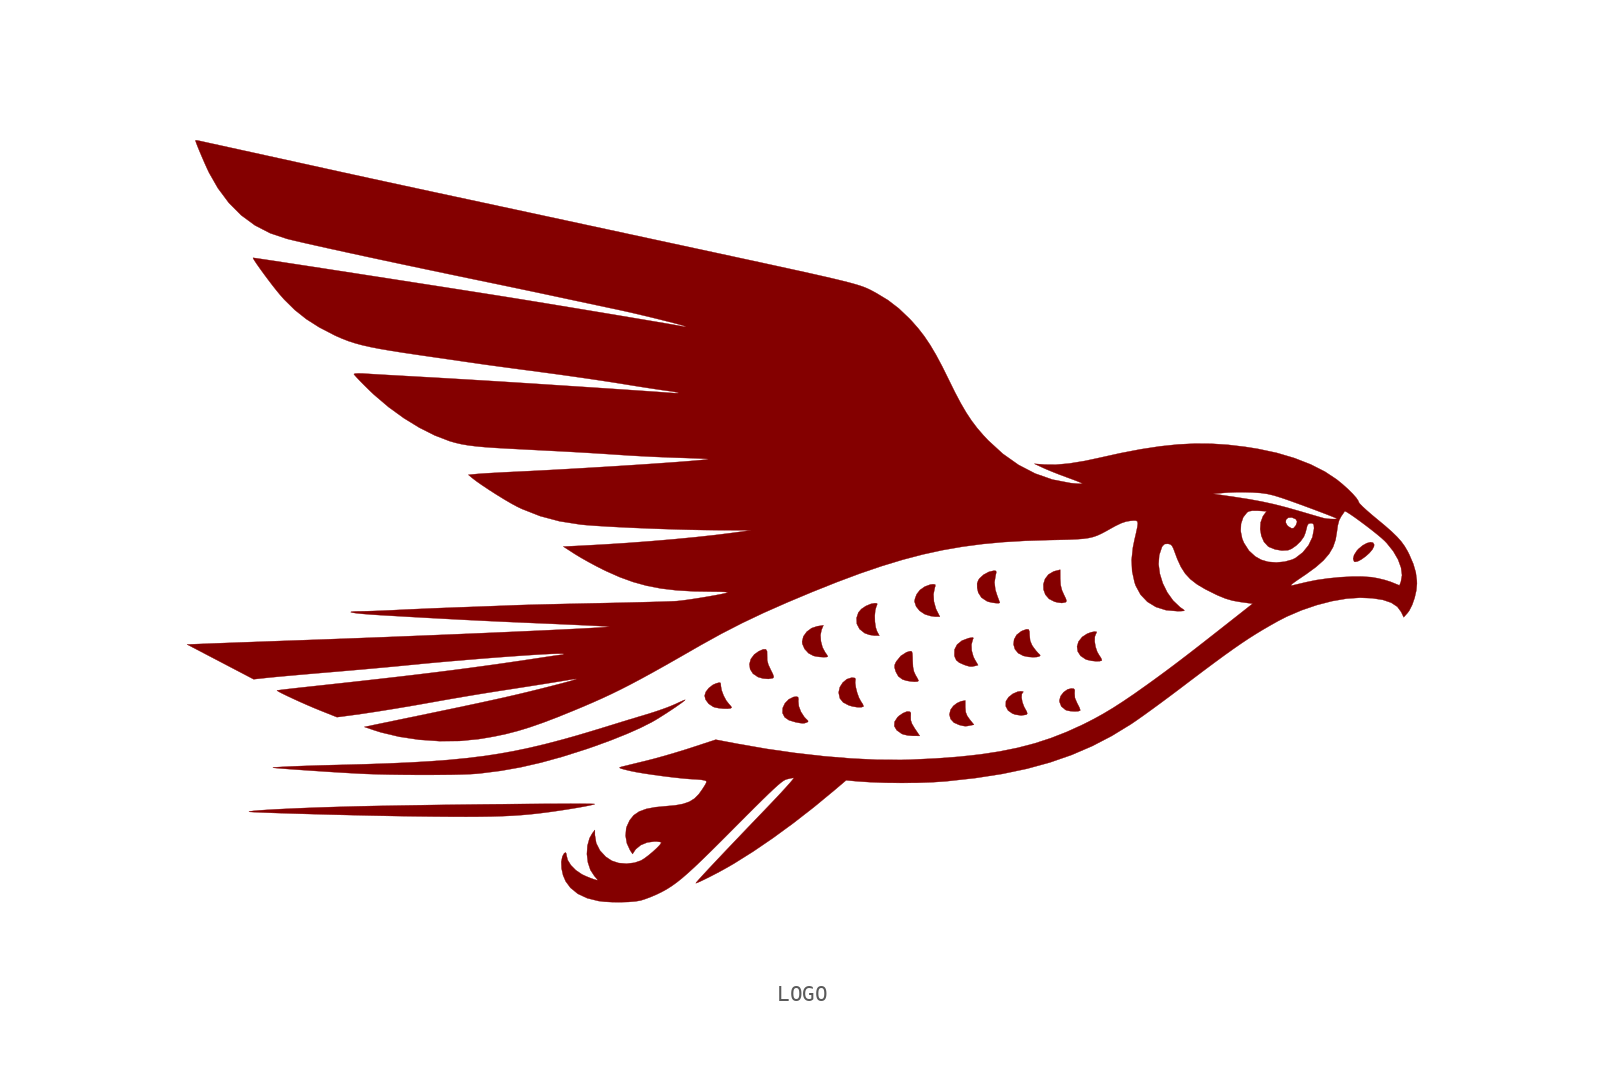
<source format=kicad_sym>
(kicad_symbol_lib
  (version 20220914)
  (generator "bitmap2component")
  (generator_version "8.0")
  (symbol "LOGO"
    (pin_names
      (offset 1.016))
    (property "Reference" "#G"
      (at 0 42.714 0)
      (effects (font (size 1.27 1.27)) hide))
    (symbol "LOGO_0_0"
      (polyline (pts (xy -10.09 -22.407) (xy -9.653 -22.371) (xy -9.333 -22.316) (xy -9.069 -22.233) (xy -8.694 -22.093) (xy -8.335 -21.939) (xy -8.247 -21.897) (xy -7.949 -21.748) (xy -7.664 -21.588) (xy -7.378 -21.405) (xy -7.078 -21.189) (xy -6.752 -20.929) (xy -6.387 -20.613) (xy -5.969 -20.231) (xy -5.486 -19.771) (xy -4.924 -19.222) (xy -4.271 -18.573) (xy -3.514 -17.813) (xy -3.458 -17.757) (xy -2.777 -17.073) (xy -2.203 -16.5) (xy -1.726 -16.029) (xy -1.335 -15.648) (xy -1.019 -15.349) (xy -0.769 -15.122) (xy -0.574 -14.958) (xy -0.422 -14.845) (xy -0.305 -14.776) (xy -0.212 -14.74) (xy -0.142 -14.722) (xy 0.09 -14.669) (xy 0.24 -14.648) (xy 0.242 -14.658) (xy 0.17 -14.76) (xy -0.002 -14.964) (xy -0.26 -15.253) (xy -0.591 -15.614) (xy -0.982 -16.03) (xy -1.419 -16.489) (xy -1.847 -16.934) (xy -2.646 -17.767) (xy -3.369 -18.524) (xy -4.013 -19.2) (xy -4.571 -19.79) (xy -5.038 -20.287) (xy -5.409 -20.686) (xy -5.677 -20.98) (xy -5.838 -21.165) (xy -5.887 -21.235) (xy -5.806 -21.213) (xy -5.604 -21.125) (xy -5.314 -20.986) (xy -4.963 -20.811) (xy -4.583 -20.614) (xy -4.203 -20.41) (xy -3.852 -20.214) (xy -3.462 -19.986) (xy -2.299 -19.256) (xy -1.066 -18.416) (xy 0.21 -17.483) (xy 1.505 -16.476) (xy 2.794 -15.412) (xy 3.514 -14.8) (xy 4.064 -14.852) (xy 4.196 -14.864) (xy 5.045 -14.92) (xy 5.997 -14.954) (xy 6.995 -14.965) (xy 7.987 -14.955) (xy 8.919 -14.922) (xy 9.737 -14.866) (xy 9.784 -14.862) (xy 11.598 -14.662) (xy 13.27 -14.403) (xy 14.818 -14.079) (xy 16.259 -13.685) (xy 17.612 -13.215) (xy 18.895 -12.664) (xy 20.125 -12.025) (xy 21.32 -11.294) (xy 21.351 -11.274) (xy 21.693 -11.04) (xy 22.139 -10.725) (xy 22.659 -10.35) (xy 23.225 -9.935) (xy 23.809 -9.501) (xy 24.384 -9.069) (xy 24.999 -8.602) (xy 25.819 -7.984) (xy 26.534 -7.451) (xy 27.161 -6.991) (xy 27.718 -6.593) (xy 28.221 -6.245) (xy 28.686 -5.935) (xy 29.133 -5.652) (xy 29.576 -5.383) (xy 30.034 -5.118) (xy 30.522 -4.844) (xy 31.063 -4.566) (xy 31.98 -4.173) (xy 32.937 -3.846) (xy 33.892 -3.599) (xy 34.806 -3.442) (xy 35.636 -3.387) (xy 36.402 -3.418) (xy 37.071 -3.521) (xy 37.593 -3.698) (xy 37.974 -3.95) (xy 38.215 -4.277) (xy 38.373 -4.609) (xy 38.613 -4.34) (xy 38.72 -4.196) (xy 38.903 -3.834) (xy 39.056 -3.394) (xy 39.161 -2.933) (xy 39.199 -2.51) (xy 39.193 -2.312) (xy 39.127 -1.8) (xy 38.975 -1.277) (xy 38.722 -0.687) (xy 38.615 -0.475) (xy 38.434 -0.167) (xy 38.223 0.125) (xy 37.959 0.422) (xy 37.621 0.75) (xy 37.188 1.13) (xy 36.639 1.585) (xy 36.387 1.795) (xy 36.058 2.08) (xy 35.796 2.321) (xy 35.623 2.499) (xy 35.56 2.592) (xy 35.54 2.662) (xy 35.412 2.854) (xy 35.187 3.111) (xy 34.889 3.406) (xy 34.543 3.717) (xy 34.173 4.017) (xy 33.451 4.495) (xy 32.556 4.949) (xy 31.543 5.344) (xy 30.436 5.671) (xy 29.26 5.921) (xy 28.452 6.049) (xy 27.386 6.175) (xy 26.346 6.242) (xy 25.308 6.25) (xy 24.244 6.196) (xy 23.129 6.079) (xy 21.937 5.897) (xy 20.643 5.649) (xy 19.219 5.334) (xy 18.428 5.165) (xy 17.467 5.008) (xy 16.625 4.933) (xy 15.917 4.94) (xy 15.282 4.988) (xy 15.833 4.731) (xy 16.033 4.642) (xy 16.423 4.48) (xy 16.868 4.305) (xy 17.307 4.142) (xy 17.651 4.016) (xy 17.965 3.896) (xy 18.186 3.806) (xy 18.281 3.758) (xy 18.282 3.753) (xy 18.198 3.74) (xy 17.99 3.745) (xy 17.695 3.768) (xy 17.541 3.784) (xy 16.415 4) (xy 15.332 4.379) (xy 14.295 4.917) (xy 13.31 5.613) (xy 12.383 6.463) (xy 12.088 6.778) (xy 11.705 7.223) (xy 11.355 7.686) (xy 11.019 8.194) (xy 10.68 8.776) (xy 10.318 9.46) (xy 9.916 10.275) (xy 9.526 11.064) (xy 9.137 11.794) (xy 8.768 12.418) (xy 8.402 12.961) (xy 8.021 13.454) (xy 7.608 13.923) (xy 7.465 14.073) (xy 6.804 14.702) (xy 6.133 15.217) (xy 5.404 15.658) (xy 5.324 15.701) (xy 5.181 15.779) (xy 5.046 15.85) (xy 4.91 15.916) (xy 4.765 15.981) (xy 4.602 16.046) (xy 4.412 16.113) (xy 4.187 16.184) (xy 3.918 16.261) (xy 3.596 16.347) (xy 3.213 16.443) (xy 2.76 16.552) (xy 2.228 16.676) (xy 1.608 16.817) (xy 0.893 16.977) (xy 0.072 17.157) (xy -0.861 17.361) (xy -1.917 17.591) (xy -3.104 17.847) (xy -4.43 18.134) (xy -5.904 18.451) (xy -7.535 18.803) (xy -8.379 18.985) (xy -9.979 19.33) (xy -11.439 19.645) (xy -12.776 19.933) (xy -14.006 20.198) (xy -15.147 20.444) (xy -16.215 20.674) (xy -17.229 20.892) (xy -18.203 21.101) (xy -19.156 21.306) (xy -20.105 21.51) (xy -21.066 21.716) (xy -22.056 21.929) (xy -22.302 21.982) (xy -23.254 22.187) (xy -24.263 22.405) (xy -25.293 22.628) (xy -26.306 22.848) (xy -27.265 23.057) (xy -28.132 23.247) (xy -28.871 23.41) (xy -29.041 23.447) (xy -29.895 23.635) (xy -30.821 23.839) (xy -31.77 24.048) (xy -32.697 24.251) (xy -33.552 24.439) (xy -34.29 24.601) (xy -34.504 24.648) (xy -35.126 24.784) (xy -35.694 24.909) (xy -36.185 25.016) (xy -36.578 25.103) (xy -36.849 25.163) (xy -36.978 25.191) (xy -37.099 25.211) (xy -37.169 25.201) (xy -37.166 25.184) (xy -37.117 25.039) (xy -37.018 24.786) (xy -36.884 24.462) (xy -36.732 24.104) (xy -36.576 23.747) (xy -36.432 23.428) (xy -36.316 23.184) (xy -35.767 22.223) (xy -35.081 21.302) (xy -34.307 20.525) (xy -33.445 19.892) (xy -32.495 19.402) (xy -31.454 19.054) (xy -31.363 19.031) (xy -30.904 18.92) (xy -30.295 18.779) (xy -29.548 18.611) (xy -28.676 18.417) (xy -27.692 18.202) (xy -26.608 17.967) (xy -25.436 17.715) (xy -24.19 17.45) (xy -22.882 17.174) (xy -21.525 16.889) (xy -20.13 16.598) (xy -18.711 16.304) (xy -18.464 16.253) (xy -17.66 16.085) (xy -16.777 15.9) (xy -15.876 15.711) (xy -15.019 15.529) (xy -14.266 15.368) (xy -13.86 15.281) (xy -13.17 15.134) (xy -12.484 14.988) (xy -11.841 14.851) (xy -11.282 14.732) (xy -10.848 14.641) (xy -10.821 14.635) (xy -10.355 14.534) (xy -9.831 14.415) (xy -9.274 14.284) (xy -8.707 14.149) (xy -8.158 14.014) (xy -7.649 13.886) (xy -7.206 13.772) (xy -6.853 13.677) (xy -6.616 13.607) (xy -6.519 13.569) (xy -6.548 13.551) (xy -6.689 13.575) (xy -6.758 13.589) (xy -6.988 13.631) (xy -7.357 13.695) (xy -7.851 13.78) (xy -8.452 13.882) (xy -9.144 13.999) (xy -9.913 14.128) (xy -10.74 14.267) (xy -11.611 14.412) (xy -12.509 14.562) (xy -13.419 14.713) (xy -14.324 14.862) (xy -15.208 15.008) (xy -16.055 15.147) (xy -16.849 15.276) (xy -17.296 15.348) (xy -17.88 15.442) (xy -18.569 15.551) (xy -19.35 15.674) (xy -20.209 15.809) (xy -21.133 15.954) (xy -22.108 16.106) (xy -23.12 16.263) (xy -24.155 16.424) (xy -25.201 16.587) (xy -26.243 16.748) (xy -27.268 16.907) (xy -28.262 17.06) (xy -29.211 17.207) (xy -30.102 17.344) (xy -30.922 17.469) (xy -31.656 17.581) (xy -32.291 17.678) (xy -32.812 17.756) (xy -33.208 17.815) (xy -33.464 17.852) (xy -33.566 17.865) (xy -33.564 17.84) (xy -33.488 17.707) (xy -33.338 17.481) (xy -33.131 17.187) (xy -32.886 16.849) (xy -32.62 16.493) (xy -32.353 16.142) (xy -32.102 15.824) (xy -31.885 15.561) (xy -31.616 15.256) (xy -30.954 14.603) (xy -30.238 14.034) (xy -29.43 13.519) (xy -28.49 13.031) (xy -28.375 12.977) (xy -27.996 12.81) (xy -27.614 12.662) (xy -27.207 12.53) (xy -26.757 12.407) (xy -26.241 12.289) (xy -25.639 12.172) (xy -24.931 12.051) (xy -24.097 11.92) (xy -23.114 11.775) (xy -22.658 11.709) (xy -21.933 11.604) (xy -21.237 11.504) (xy -20.599 11.411) (xy -20.045 11.331) (xy -19.605 11.268) (xy -19.304 11.224) (xy -19.136 11.2) (xy -18.745 11.146) (xy -18.231 11.076) (xy -17.621 10.994) (xy -16.943 10.903) (xy -16.225 10.808) (xy -15.494 10.711) (xy -15.261 10.68) (xy -14.435 10.568) (xy -13.57 10.447) (xy -12.707 10.323) (xy -11.886 10.202) (xy -11.15 10.09) (xy -10.541 9.993) (xy -10.241 9.944) (xy -9.621 9.844) (xy -9.026 9.751) (xy -8.492 9.669) (xy -8.054 9.604) (xy -7.747 9.561) (xy -7.351 9.506) (xy -7.086 9.458) (xy -6.966 9.423) (xy -6.998 9.404) (xy -7.186 9.405) (xy -7.535 9.428) (xy -7.747 9.444) (xy -8.138 9.473) (xy -8.68 9.51) (xy -9.364 9.557) (xy -10.18 9.612) (xy -11.119 9.675) (xy -12.172 9.745) (xy -13.329 9.821) (xy -14.581 9.902) (xy -15.917 9.99) (xy -16.738 10.042) (xy -18.496 10.153) (xy -20.27 10.26) (xy -22 10.362) (xy -23.622 10.453) (xy -24.211 10.486) (xy -24.845 10.522) (xy -25.433 10.555) (xy -25.942 10.585) (xy -26.344 10.61) (xy -26.607 10.627) (xy -26.686 10.632) (xy -26.98 10.639) (xy -27.185 10.627) (xy -27.263 10.597) (xy -27.234 10.551) (xy -27.102 10.401) (xy -26.883 10.169) (xy -26.596 9.879) (xy -26.261 9.549) (xy -25.997 9.3) (xy -25.098 8.535) (xy -24.144 7.843) (xy -23.168 7.244) (xy -22.202 6.758) (xy -21.278 6.404) (xy -20.919 6.301) (xy -20.542 6.214) (xy -20.123 6.142) (xy -19.638 6.081) (xy -19.06 6.027) (xy -18.365 5.979) (xy -17.526 5.932) (xy -17.098 5.91) (xy -16.367 5.872) (xy -15.584 5.831) (xy -14.819 5.792) (xy -14.139 5.757) (xy -13.664 5.731) (xy -12.906 5.688) (xy -12.101 5.639) (xy -11.317 5.589) (xy -10.626 5.543) (xy -10.043 5.505) (xy -9.274 5.462) (xy -8.46 5.422) (xy -7.667 5.388) (xy -6.963 5.363) (xy -6.691 5.355) (xy -6.176 5.337) (xy -5.737 5.32) (xy -5.396 5.305) (xy -5.177 5.292) (xy -5.103 5.282) (xy -5.107 5.28) (xy -5.226 5.257) (xy -5.499 5.226) (xy -5.909 5.189) (xy -6.442 5.144) (xy -7.085 5.095) (xy -7.821 5.042) (xy -8.637 4.985) (xy -9.518 4.926) (xy -10.449 4.866) (xy -11.416 4.806) (xy -12.404 4.746) (xy -13.398 4.688) (xy -14.383 4.632) (xy -15.346 4.58) (xy -16.272 4.532) (xy -17.145 4.49) (xy -17.303 4.483) (xy -17.885 4.454) (xy -18.436 4.424) (xy -18.921 4.396) (xy -19.306 4.371) (xy -19.557 4.352) (xy -20.106 4.3) (xy -19.853 4.089) (xy -19.62 3.909) (xy -19.248 3.648) (xy -18.802 3.351) (xy -18.424 3.109) (xy 26.458 3.109) (xy 27.204 3.174) (xy 27.413 3.188) (xy 27.889 3.205) (xy 28.411 3.207) (xy 28.898 3.195) (xy 28.925 3.194) (xy 29.427 3.16) (xy 29.843 3.102) (xy 30.253 3.006) (xy 30.734 2.856) (xy 30.91 2.797) (xy 31.288 2.664) (xy 31.728 2.506) (xy 32.201 2.333) (xy 32.68 2.156) (xy 33.137 1.984) (xy 33.545 1.828) (xy 33.876 1.698) (xy 34.103 1.605) (xy 34.198 1.558) (xy 34.163 1.54) (xy 34.013 1.533) (xy 33.799 1.539) (xy 33.576 1.556) (xy 33.401 1.583) (xy 33.357 1.594) (xy 33.156 1.65) (xy 32.842 1.741) (xy 32.447 1.856) (xy 32.004 1.987) (xy 31.911 2.014) (xy 31.04 2.262) (xy 30.257 2.462) (xy 29.5 2.627) (xy 28.706 2.773) (xy 27.813 2.912) (xy 26.458 3.109) (xy -18.424 3.109) (xy -18.321 3.044) (xy -17.845 2.751) (xy -17.411 2.498) (xy -17.06 2.309) (xy -16.757 2.164) (xy -15.616 1.716) (xy -14.399 1.393) (xy -13.081 1.187) (xy -12.734 1.154) (xy -12.165 1.112) (xy -11.473 1.069) (xy -10.685 1.026) (xy -9.826 0.985) (xy -8.923 0.947) (xy -8.002 0.913) (xy -7.088 0.884) (xy -6.209 0.861) (xy -5.39 0.845) (xy -4.657 0.838) (xy -2.413 0.827) (xy -3.598 0.668) (xy -4.655 0.536) (xy -5.904 0.4) (xy -7.259 0.27) (xy -8.686 0.149) (xy -10.153 0.039) (xy -11.627 -0.056) (xy -13.075 -0.135) (xy -14.169 -0.188) (xy -13.456 -0.65) (xy -13.435 -0.663) (xy -13.07 -0.884) (xy -12.612 -1.143) (xy -12.117 -1.409) (xy -11.642 -1.65) (xy -11.499 -1.719) (xy -10.643 -2.099) (xy -9.805 -2.403) (xy -8.955 -2.638) (xy -8.062 -2.81) (xy -7.095 -2.924) (xy -6.025 -2.988) (xy -4.82 -3.007) (xy -4.811 -3.007) (xy -4.43 -3.011) (xy -4.127 -3.021) (xy -3.933 -3.037) (xy -3.878 -3.057) (xy -3.884 -3.061) (xy -4.014 -3.1) (xy -4.274 -3.157) (xy -4.634 -3.226) (xy -5.06 -3.302) (xy -5.521 -3.38) (xy -5.985 -3.453) (xy -6.419 -3.517) (xy -6.791 -3.566) (xy -7.07 -3.595) (xy -7.07 -3.595) (xy -7.274 -3.606) (xy -7.628 -3.62) (xy -8.113 -3.635) (xy -8.708 -3.652) (xy -9.395 -3.67) (xy -10.154 -3.689) (xy -10.966 -3.707) (xy -11.811 -3.725) (xy -12.584 -3.741) (xy -13.44 -3.76) (xy -14.261 -3.778) (xy -15.025 -3.796) (xy -15.709 -3.813) (xy -16.291 -3.828) (xy -16.749 -3.842) (xy -17.06 -3.852) (xy -17.394 -3.865) (xy -17.901 -3.884) (xy -18.508 -3.907) (xy -19.18 -3.932) (xy -19.881 -3.958) (xy -20.574 -3.983) (xy -21.107 -4.003) (xy -21.87 -4.032) (xy -22.64 -4.064) (xy -23.373 -4.096) (xy -24.026 -4.125) (xy -24.553 -4.151) (xy -24.966 -4.172) (xy -25.53 -4.196) (xy -26.06 -4.216) (xy -26.512 -4.23) (xy -26.839 -4.236) (xy -26.933 -4.236) (xy -27.264 -4.245) (xy -27.436 -4.264) (xy -27.458 -4.29) (xy -27.338 -4.322) (xy -27.085 -4.359) (xy -26.708 -4.397) (xy -26.214 -4.437) (xy -25.612 -4.476) (xy -24.847 -4.52) (xy -23.598 -4.592) (xy -22.471 -4.655) (xy -21.435 -4.711) (xy -20.459 -4.763) (xy -19.513 -4.81) (xy -18.566 -4.856) (xy -17.587 -4.901) (xy -16.547 -4.947) (xy -15.414 -4.995) (xy -15.343 -4.998) (xy -14.531 -5.033) (xy -13.773 -5.067) (xy -13.086 -5.098) (xy -12.486 -5.127) (xy -11.99 -5.151) (xy -11.614 -5.171) (xy -11.374 -5.186) (xy -11.287 -5.194) (xy -11.311 -5.202) (xy -11.479 -5.22) (xy -11.801 -5.244) (xy -12.265 -5.272) (xy -12.862 -5.305) (xy -13.582 -5.342) (xy -14.414 -5.383) (xy -15.349 -5.428) (xy -16.375 -5.475) (xy -17.484 -5.524) (xy -18.665 -5.576) (xy -19.908 -5.629) (xy -21.202 -5.683) (xy -22.538 -5.738) (xy -23.906 -5.793) (xy -25.295 -5.848) (xy -26.695 -5.902) (xy -28.096 -5.955) (xy -29.488 -6.006) (xy -30.861 -6.055) (xy -31.151 -6.065) (xy -32.007 -6.096) (xy -32.862 -6.127) (xy -33.688 -6.157) (xy -34.456 -6.184) (xy -35.14 -6.21) (xy -35.709 -6.231) (xy -36.138 -6.247) (xy -37.69 -6.308) (xy -35.61 -7.395) (xy -33.53 -8.483) (xy -32.661 -8.39) (xy -32.454 -8.369) (xy -32.051 -8.33) (xy -31.527 -8.282) (xy -30.908 -8.227) (xy -30.22 -8.167) (xy -29.49 -8.104) (xy -28.744 -8.041) (xy -28.314 -8.005) (xy -27.503 -7.935) (xy -26.685 -7.864) (xy -25.895 -7.793) (xy -25.168 -7.727) (xy -24.54 -7.668) (xy -24.045 -7.62) (xy -23.794 -7.595) (xy -22.929 -7.511) (xy -22.028 -7.428) (xy -21.107 -7.347) (xy -20.182 -7.269) (xy -19.268 -7.194) (xy -18.382 -7.125) (xy -17.539 -7.062) (xy -16.754 -7.007) (xy -16.044 -6.96) (xy -15.424 -6.923) (xy -14.91 -6.897) (xy -14.517 -6.883) (xy -14.261 -6.882) (xy -14.158 -6.895) (xy -14.148 -6.912) (xy -14.202 -6.943) (xy -14.215 -6.943) (xy -14.362 -6.961) (xy -14.635 -6.998) (xy -15 -7.051) (xy -15.423 -7.114) (xy -15.981 -7.199) (xy -17.036 -7.356) (xy -18.055 -7.504) (xy -19.056 -7.644) (xy -20.059 -7.78) (xy -21.081 -7.914) (xy -22.142 -8.048) (xy -23.259 -8.184) (xy -24.453 -8.325) (xy -25.74 -8.472) (xy -27.14 -8.629) (xy -28.672 -8.797) (xy -30.353 -8.98) (xy -30.461 -8.991) (xy -30.966 -9.047) (xy -31.405 -9.097) (xy -31.752 -9.138) (xy -31.982 -9.168) (xy -32.069 -9.183) (xy -32.069 -9.19) (xy -31.976 -9.252) (xy -31.761 -9.366) (xy -31.45 -9.518) (xy -31.069 -9.697) (xy -30.645 -9.89) (xy -30.205 -10.085) (xy -29.774 -10.27) (xy -29.379 -10.432) (xy -28.321 -10.854) (xy -27.559 -10.755) (xy -26.752 -10.644) (xy -25.735 -10.49) (xy -24.603 -10.307) (xy -23.382 -10.1) (xy -22.098 -9.872) (xy -21.999 -9.854) (xy -21.249 -9.721) (xy -20.415 -9.578) (xy -19.559 -9.435) (xy -18.745 -9.303) (xy -18.034 -9.191) (xy -17.843 -9.162) (xy -17.189 -9.061) (xy -16.529 -8.958) (xy -15.905 -8.86) (xy -15.363 -8.774) (xy -14.944 -8.707) (xy -14.896 -8.699) (xy -14.462 -8.629) (xy -14.073 -8.565) (xy -13.768 -8.515) (xy -13.589 -8.486) (xy -13.548 -8.48) (xy -13.367 -8.458) (xy -13.349 -8.473) (xy -13.491 -8.525) (xy -13.792 -8.613) (xy -14.248 -8.736) (xy -14.859 -8.894) (xy -15.621 -9.087) (xy -15.751 -9.119) (xy -16.235 -9.239) (xy -16.712 -9.354) (xy -17.195 -9.468) (xy -17.703 -9.585) (xy -18.249 -9.708) (xy -18.851 -9.84) (xy -19.523 -9.986) (xy -20.282 -10.147) (xy -21.143 -10.329) (xy -22.123 -10.533) (xy -23.238 -10.765) (xy -24.502 -11.027) (xy -26.61 -11.463) (xy -26.026 -11.662) (xy -25.569 -11.806) (xy -24.413 -12.081) (xy -23.18 -12.265) (xy -21.915 -12.353) (xy -20.667 -12.343) (xy -19.484 -12.229) (xy -19.23 -12.19) (xy -18.463 -12.057) (xy -17.733 -11.902) (xy -17.009 -11.714) (xy -16.259 -11.484) (xy -15.453 -11.204) (xy -14.559 -10.864) (xy -13.547 -10.454) (xy -13.013 -10.231) (xy -12.371 -9.956) (xy -11.766 -9.687) (xy -11.177 -9.413) (xy -10.584 -9.123) (xy -9.967 -8.808) (xy -9.306 -8.457) (xy -8.58 -8.06) (xy -7.769 -7.607) (xy -6.854 -7.086) (xy -5.814 -6.489) (xy -5.581 -6.355) (xy -4.276 -5.634) (xy -2.977 -4.967) (xy -1.627 -4.326) (xy -0.169 -3.682) (xy 1.391 -3.028) (xy 2.941 -2.409) (xy 4.387 -1.869) (xy 5.75 -1.405) (xy 7.052 -1.01) (xy 8.312 -0.68) (xy 9.552 -0.41) (xy 10.792 -0.195) (xy 12.053 -0.029) (xy 13.356 0.092) (xy 14.722 0.172) (xy 16.171 0.218) (xy 16.812 0.231) (xy 17.438 0.247) (xy 17.939 0.269) (xy 18.343 0.3) (xy 18.673 0.346) (xy 18.955 0.411) (xy 19.213 0.5) (xy 19.473 0.619) (xy 19.759 0.77) (xy 20.097 0.96) (xy 20.35 1.099) (xy 20.715 1.274) (xy 21.018 1.376) (xy 21.303 1.423) (xy 21.304 1.423) (xy 21.506 1.439) (xy 21.643 1.432) (xy 21.722 1.379) (xy 21.746 1.256) (xy 21.72 1.039) (xy 21.666 0.779) (xy 28.18 0.779) (xy 28.203 1.237) (xy 28.34 1.641) (xy 28.587 1.952) (xy 28.7 2.015) (xy 28.924 2.055) (xy 29.271 2.05) (xy 29.797 2.017) (xy 29.621 1.78) (xy 29.565 1.695) (xy 29.43 1.323) (xy 29.429 1.315) (xy 30.994 1.315) (xy 31.015 1.492) (xy 31.146 1.613) (xy 31.371 1.629) (xy 31.394 1.624) (xy 31.629 1.524) (xy 31.709 1.361) (xy 31.631 1.143) (xy 31.61 1.112) (xy 31.486 0.966) (xy 31.363 0.953) (xy 31.176 1.063) (xy 31.1 1.127) (xy 30.994 1.315) (xy 29.429 1.315) (xy 29.401 0.901) (xy 29.473 0.478) (xy 29.637 0.104) (xy 29.888 -0.17) (xy 29.965 -0.219) (xy 30.332 -0.366) (xy 30.753 -0.437) (xy 31.144 -0.416) (xy 31.363 -0.328) (xy 31.656 -0.124) (xy 31.931 0.143) (xy 32.131 0.426) (xy 32.137 0.439) (xy 32.231 0.68) (xy 32.303 0.955) (xy 32.341 1.116) (xy 32.421 1.239) (xy 32.564 1.27) (xy 32.668 1.26) (xy 32.748 1.183) (xy 32.766 0.989) (xy 32.765 0.923) (xy 32.665 0.398) (xy 32.423 -0.106) (xy 32.061 -0.553) (xy 31.603 -0.905) (xy 31.408 -1) (xy 30.935 -1.132) (xy 30.41 -1.181) (xy 29.898 -1.143) (xy 29.464 -1.014) (xy 29.092 -0.804) (xy 28.699 -0.445) (xy 28.387 0.04) (xy 28.275 0.307) (xy 28.18 0.779) (xy 21.666 0.779) (xy 21.65 0.704) (xy 21.539 0.227) (xy 21.442 -0.251) (xy 21.36 -1.022) (xy 21.394 -1.732) (xy 21.544 -2.421) (xy 21.619 -2.639) (xy 21.923 -3.197) (xy 22.347 -3.642) (xy 22.88 -3.967) (xy 23.511 -4.165) (xy 24.228 -4.228) (xy 24.45 -4.224) (xy 24.623 -4.209) (xy 24.666 -4.177) (xy 24.601 -4.122) (xy 24.396 -3.981) (xy 23.957 -3.563) (xy 23.592 -3.054) (xy 23.311 -2.484) (xy 23.126 -1.885) (xy 23.048 -1.289) (xy 23.087 -0.726) (xy 23.254 -0.229) (xy 23.298 -0.151) (xy 23.429 -0.029) (xy 23.631 -0.016) (xy 23.638 -0.017) (xy 23.777 -0.048) (xy 23.877 -0.129) (xy 23.968 -0.298) (xy 24.078 -0.593) (xy 24.218 -0.968) (xy 24.446 -1.463) (xy 24.708 -1.873) (xy 25.031 -2.223) (xy 25.439 -2.541) (xy 25.563 -2.615) (xy 31.329 -2.615) (xy 31.36 -2.562) (xy 31.491 -2.454) (xy 31.736 -2.28) (xy 32.11 -2.027) (xy 32.271 -1.919) (xy 32.883 -1.471) (xy 33.357 -1.054) (xy 33.709 -0.644) (xy 33.956 -0.221) (xy 34.114 0.24) (xy 34.2 0.76) (xy 34.25 1.125) (xy 34.337 1.454) (xy 34.468 1.702) (xy 34.516 1.77) (xy 34.632 1.938) (xy 34.687 2.02) (xy 34.699 2.023) (xy 34.814 1.968) (xy 35.028 1.832) (xy 35.315 1.634) (xy 35.65 1.391) (xy 36.009 1.123) (xy 36.365 0.849) (xy 36.695 0.586) (xy 36.974 0.353) (xy 37.175 0.17) (xy 37.316 0.024) (xy 37.719 -0.48) (xy 38.02 -0.999) (xy 38.206 -1.507) (xy 38.268 -1.978) (xy 38.196 -2.387) (xy 38.108 -2.616) (xy 37.587 -2.404) (xy 37.558 -2.393) (xy 37.199 -2.278) (xy 36.767 -2.173) (xy 36.35 -2.1) (xy 36.337 -2.099) (xy 35.785 -2.061) (xy 35.118 -2.063) (xy 34.386 -2.104) (xy 33.636 -2.178) (xy 32.915 -2.282) (xy 32.272 -2.413) (xy 31.987 -2.481) (xy 31.674 -2.555) (xy 31.453 -2.606) (xy 31.361 -2.625) (xy 31.329 -2.615) (xy 25.563 -2.615) (xy 25.959 -2.851) (xy 26.617 -3.18) (xy 26.747 -3.241) (xy 27.226 -3.438) (xy 27.67 -3.568) (xy 28.162 -3.655) (xy 28.926 -3.759) (xy 28.061 -4.441) (xy 27.335 -5.012) (xy 26.564 -5.618) (xy 25.895 -6.142) (xy 25.312 -6.596) (xy 24.798 -6.993) (xy 24.337 -7.345) (xy 23.912 -7.666) (xy 23.507 -7.969) (xy 23.106 -8.264) (xy 22.691 -8.567) (xy 22.304 -8.845) (xy 21.515 -9.404) (xy 20.817 -9.877) (xy 20.185 -10.284) (xy 19.592 -10.639) (xy 19.01 -10.961) (xy 18.415 -11.265) (xy 18.287 -11.328) (xy 17.302 -11.776) (xy 16.311 -12.163) (xy 15.296 -12.493) (xy 14.234 -12.77) (xy 13.107 -12.998) (xy 11.894 -13.182) (xy 10.574 -13.326) (xy 9.128 -13.434) (xy 7.535 -13.51) (xy 6.946 -13.525) (xy 5.445 -13.514) (xy 3.828 -13.436) (xy 2.121 -13.295) (xy 0.35 -13.094) (xy -1.456 -12.835) (xy -3.273 -12.519) (xy -4.641 -12.261) (xy -6.194 -12.771) (xy -6.564 -12.889) (xy -7.208 -13.086) (xy -7.872 -13.28) (xy -8.495 -13.452) (xy -9.017 -13.586) (xy -9.233 -13.638) (xy -9.681 -13.747) (xy -10.072 -13.842) (xy -10.371 -13.915) (xy -10.541 -13.958) (xy -10.63 -13.987) (xy -10.652 -14.021) (xy -10.566 -14.065) (xy -10.352 -14.126) (xy -9.991 -14.213) (xy -9.643 -14.284) (xy -9.155 -14.367) (xy -8.582 -14.453) (xy -7.968 -14.537) (xy -7.354 -14.613) (xy -6.781 -14.676) (xy -6.291 -14.72) (xy -5.927 -14.74) (xy -5.838 -14.744) (xy -5.558 -14.768) (xy -5.35 -14.804) (xy -5.279 -14.826) (xy -5.222 -14.868) (xy -5.233 -14.952) (xy -5.319 -15.111) (xy -5.49 -15.378) (xy -5.699 -15.669) (xy -5.968 -15.94) (xy -6.284 -16.137) (xy -6.677 -16.274) (xy -7.178 -16.366) (xy -7.816 -16.424) (xy -8.414 -16.481) (xy -8.986 -16.59) (xy -9.431 -16.755) (xy -9.768 -16.986) (xy -10.018 -17.295) (xy -10.201 -17.693) (xy -10.236 -17.81) (xy -10.275 -18.267) (xy -10.193 -18.741) (xy -9.998 -19.166) (xy -9.838 -19.409) (xy -9.69 -19.182) (xy -9.627 -19.099) (xy -9.323 -18.851) (xy -8.921 -18.686) (xy -8.47 -18.627) (xy -8.315 -18.631) (xy -8.12 -18.655) (xy -8.043 -18.693) (xy -8.05 -18.718) (xy -8.147 -18.854) (xy -8.336 -19.049) (xy -8.582 -19.274) (xy -8.85 -19.497) (xy -9.105 -19.688) (xy -9.313 -19.816) (xy -9.716 -19.954) (xy -10.214 -20.012) (xy -10.709 -19.971) (xy -11.134 -19.832) (xy -11.51 -19.585) (xy -11.875 -19.192) (xy -12.11 -18.73) (xy -12.194 -18.227) (xy -12.196 -17.907) (xy -12.355 -18.114) (xy -12.529 -18.419) (xy -12.66 -18.89) (xy -12.693 -19.411) (xy -12.631 -19.932) (xy -12.475 -20.406) (xy -12.228 -20.784) (xy -12.201 -20.814) (xy -12.074 -20.962) (xy -12.023 -21.04) (xy -12.072 -21.043) (xy -12.236 -20.997) (xy -12.47 -20.913) (xy -12.729 -20.808) (xy -12.966 -20.698) (xy -13.014 -20.673) (xy -13.387 -20.419) (xy -13.691 -20.111) (xy -13.895 -19.785) (xy -13.97 -19.477) (xy -13.975 -19.399) (xy -14.028 -19.311) (xy -14.118 -19.367) (xy -14.225 -19.561) (xy -14.294 -19.895) (xy -14.278 -20.31) (xy -14.183 -20.74) (xy -14.018 -21.122) (xy -13.722 -21.521) (xy -13.264 -21.896) (xy -12.682 -22.17) (xy -11.966 -22.348) (xy -11.595 -22.392) (xy -11.112 -22.418) (xy -10.594 -22.423) (xy -10.09 -22.407)) (stroke (width 0.01) (type default)) (fill (type outline)))
      (polyline (pts (xy -19.382 -17.076) (xy -18.633 -17.064) (xy -17.962 -17.043) (xy -17.35 -17.014) (xy -16.781 -16.976) (xy -16.237 -16.928) (xy -15.701 -16.87) (xy -15.155 -16.801) (xy -14.966 -16.776) (xy -14.411 -16.696) (xy -13.865 -16.612) (xy -13.355 -16.528) (xy -12.907 -16.449) (xy -12.547 -16.379) (xy -12.302 -16.323) (xy -12.198 -16.286) (xy -12.253 -16.278) (xy -12.463 -16.272) (xy -12.816 -16.267) (xy -13.299 -16.265) (xy -13.899 -16.266) (xy -14.601 -16.268) (xy -15.392 -16.272) (xy -16.258 -16.278) (xy -17.185 -16.286) (xy -18.16 -16.295) (xy -19.17 -16.305) (xy -20.2 -16.317) (xy -21.236 -16.33) (xy -22.265 -16.344) (xy -23.274 -16.359) (xy -24.248 -16.375) (xy -25.174 -16.391) (xy -26.038 -16.407) (xy -26.826 -16.424) (xy -27.035 -16.429) (xy -27.979 -16.454) (xy -28.903 -16.482) (xy -29.79 -16.512) (xy -30.627 -16.545) (xy -31.399 -16.579) (xy -32.09 -16.613) (xy -32.686 -16.647) (xy -33.172 -16.68) (xy -33.534 -16.712) (xy -33.755 -16.741) (xy -33.823 -16.766) (xy -33.736 -16.778) (xy -33.497 -16.792) (xy -33.121 -16.809) (xy -32.625 -16.828) (xy -32.025 -16.849) (xy -31.339 -16.871) (xy -30.581 -16.894) (xy -29.77 -16.917) (xy -28.921 -16.94) (xy -28.051 -16.962) (xy -27.177 -16.983) (xy -26.314 -17.003) (xy -25.479 -17.02) (xy -24.689 -17.035) (xy -23.961 -17.047) (xy -23.491 -17.054) (xy -22.262 -17.069) (xy -21.179 -17.078) (xy -20.225 -17.081) (xy -19.382 -17.076)) (stroke (width 0.01) (type default)) (fill (type outline)))
      (polyline (pts (xy -21.859 -14.459) (xy -21.136 -14.451) (xy -20.501 -14.436) (xy -19.98 -14.417) (xy -19.6 -14.392) (xy -19.339 -14.367) (xy -18.086 -14.209) (xy -16.84 -13.988) (xy -15.565 -13.696) (xy -14.222 -13.325) (xy -12.777 -12.867) (xy -12.241 -12.683) (xy -11.171 -12.292) (xy -10.194 -11.9) (xy -9.334 -11.518) (xy -8.616 -11.154) (xy -8.599 -11.144) (xy -8.335 -10.991) (xy -8.016 -10.793) (xy -7.671 -10.572) (xy -7.329 -10.346) (xy -7.017 -10.133) (xy -6.763 -9.953) (xy -6.597 -9.824) (xy -6.546 -9.767) (xy -6.554 -9.767) (xy -6.667 -9.809) (xy -6.885 -9.905) (xy -7.171 -10.038) (xy -7.205 -10.054) (xy -7.538 -10.193) (xy -7.975 -10.355) (xy -8.462 -10.522) (xy -8.947 -10.674) (xy -9.465 -10.829) (xy -10.1 -11.021) (xy -10.74 -11.217) (xy -11.303 -11.391) (xy -11.985 -11.601) (xy -13.141 -11.948) (xy -14.223 -12.254) (xy -15.251 -12.524) (xy -16.243 -12.76) (xy -17.217 -12.965) (xy -18.192 -13.141) (xy -19.187 -13.291) (xy -20.221 -13.417) (xy -21.312 -13.524) (xy -22.479 -13.612) (xy -23.74 -13.685) (xy -25.115 -13.746) (xy -26.622 -13.797) (xy -28.279 -13.841) (xy -28.54 -13.847) (xy -29.296 -13.867) (xy -30.007 -13.889) (xy -30.654 -13.912) (xy -31.221 -13.935) (xy -31.69 -13.957) (xy -32.042 -13.978) (xy -32.26 -13.996) (xy -32.327 -14.012) (xy -32.299 -14.018) (xy -32.129 -14.036) (xy -31.825 -14.062) (xy -31.41 -14.094) (xy -30.907 -14.13) (xy -30.338 -14.17) (xy -29.727 -14.211) (xy -29.097 -14.253) (xy -28.47 -14.293) (xy -27.87 -14.329) (xy -27.319 -14.361) (xy -26.839 -14.386) (xy -26.498 -14.402) (xy -25.826 -14.425) (xy -25.077 -14.442) (xy -24.278 -14.454) (xy -23.457 -14.461) (xy -22.642 -14.463) (xy -21.859 -14.459)) (stroke (width 0.01) (type default)) (fill (type outline)))
      (polyline (pts (xy 7.819 -11.58) (xy 7.796 -11.546) (xy 7.63 -11.266) (xy 7.556 -11.043) (xy 7.552 -10.818) (xy 7.554 -10.79) (xy 7.559 -10.595) (xy 7.506 -10.515) (xy 7.366 -10.499) (xy 7.292 -10.509) (xy 7.069 -10.602) (xy 6.835 -10.759) (xy 6.722 -10.863) (xy 6.541 -11.141) (xy 6.525 -11.415) (xy 6.674 -11.67) (xy 6.985 -11.892) (xy 7.082 -11.931) (xy 7.366 -11.996) (xy 7.678 -12.022) (xy 8.117 -12.023) (xy 7.819 -11.58)) (stroke (width 0.01) (type default)) (fill (type outline)))
      (polyline (pts (xy 11.073 -11.411) (xy 11.246 -11.378) (xy 11.507 -11.326) (xy 11.236 -10.989) (xy 11.082 -10.772) (xy 10.989 -10.534) (xy 10.965 -10.23) (xy 10.964 -9.809) (xy 10.71 -9.86) (xy 10.68 -9.867) (xy 10.442 -9.976) (xy 10.218 -10.148) (xy 10.043 -10.387) (xy 9.97 -10.688) (xy 10.044 -10.969) (xy 10.255 -11.199) (xy 10.594 -11.345) (xy 10.808 -11.395) (xy 10.952 -11.418) (xy 11.073 -11.411)) (stroke (width 0.01) (type default)) (fill (type outline)))
      (polyline (pts (xy 0.919 -11.23) (xy 1.043 -11.188) (xy 1.13 -11.146) (xy 1.133 -11.082) (xy 1.012 -10.961) (xy 0.897 -10.84) (xy 0.689 -10.519) (xy 0.555 -10.167) (xy 0.525 -9.852) (xy 0.535 -9.722) (xy 0.507 -9.598) (xy 0.402 -9.567) (xy 0.224 -9.591) (xy -0.074 -9.738) (xy -0.311 -9.981) (xy -0.453 -10.28) (xy -0.464 -10.592) (xy -0.461 -10.603) (xy -0.329 -10.86) (xy -0.064 -11.045) (xy 0.349 -11.169) (xy 0.617 -11.219) (xy 0.796 -11.241) (xy 0.919 -11.23)) (stroke (width 0.01) (type default)) (fill (type outline)))
      (polyline (pts (xy 14.766 -10.702) (xy 14.793 -10.69) (xy 14.84 -10.63) (xy 14.808 -10.511) (xy 14.688 -10.292) (xy 14.636 -10.195) (xy 14.529 -9.904) (xy 14.482 -9.624) (xy 14.498 -9.402) (xy 14.584 -9.285) (xy 14.593 -9.28) (xy 14.576 -9.251) (xy 14.427 -9.235) (xy 14.239 -9.26) (xy 13.935 -9.392) (xy 13.671 -9.6) (xy 13.511 -9.842) (xy 13.501 -9.874) (xy 13.493 -10.172) (xy 13.635 -10.435) (xy 13.906 -10.626) (xy 14.085 -10.691) (xy 14.454 -10.748) (xy 14.766 -10.702)) (stroke (width 0.01) (type default)) (fill (type outline)))
      (polyline (pts (xy 18.014 -10.486) (xy 18.144 -10.445) (xy 18.148 -10.4) (xy 18.094 -10.241) (xy 17.98 -10.02) (xy 17.96 -9.985) (xy 17.817 -9.652) (xy 17.796 -9.354) (xy 17.798 -9.342) (xy 17.807 -9.151) (xy 17.748 -9.074) (xy 17.587 -9.059) (xy 17.362 -9.115) (xy 17.111 -9.29) (xy 16.923 -9.535) (xy 16.849 -9.799) (xy 16.854 -9.895) (xy 16.967 -10.183) (xy 17.23 -10.401) (xy 17.305 -10.431) (xy 17.527 -10.476) (xy 17.786 -10.495) (xy 18.014 -10.486)) (stroke (width 0.01) (type default)) (fill (type outline)))
      (polyline (pts (xy -3.716 -10.305) (xy -3.641 -10.258) (xy -3.681 -10.175) (xy -3.804 -10.038) (xy -3.976 -9.822) (xy -4.144 -9.509) (xy -4.269 -9.176) (xy -4.318 -8.899) (xy -4.318 -8.836) (xy -4.338 -8.713) (xy -4.422 -8.691) (xy -4.62 -8.745) (xy -4.814 -8.831) (xy -5.073 -9.031) (xy -5.261 -9.274) (xy -5.334 -9.513) (xy -5.274 -9.757) (xy -5.082 -10.016) (xy -4.794 -10.208) (xy -4.688 -10.244) (xy -4.444 -10.292) (xy -4.167 -10.32) (xy -3.908 -10.325) (xy -3.716 -10.305)) (stroke (width 0.01) (type default)) (fill (type outline)))
      (polyline (pts (xy 4.596 -10.192) (xy 4.603 -10.172) (xy 4.559 -10.048) (xy 4.441 -9.866) (xy 4.437 -9.861) (xy 4.314 -9.633) (xy 4.203 -9.325) (xy 4.12 -8.994) (xy 4.08 -8.7) (xy 4.098 -8.501) (xy 4.104 -8.481) (xy 4.065 -8.405) (xy 3.884 -8.382) (xy 3.852 -8.383) (xy 3.561 -8.476) (xy 3.303 -8.688) (xy 3.119 -8.976) (xy 3.048 -9.296) (xy 3.049 -9.334) (xy 3.122 -9.679) (xy 3.329 -9.934) (xy 3.683 -10.117) (xy 3.909 -10.183) (xy 4.207 -10.232) (xy 4.454 -10.237) (xy 4.596 -10.192)) (stroke (width 0.01) (type default)) (fill (type outline)))
      (polyline (pts (xy 7.97 -8.629) (xy 8.043 -8.582) (xy 8.039 -8.565) (xy 7.977 -8.434) (xy 7.863 -8.237) (xy 7.856 -8.227) (xy 7.752 -7.999) (xy 7.694 -7.716) (xy 7.673 -7.321) (xy 7.668 -7.09) (xy 7.655 -6.866) (xy 7.623 -6.756) (xy 7.559 -6.726) (xy 7.451 -6.743) (xy 7.283 -6.797) (xy 6.932 -7.023) (xy 6.653 -7.365) (xy 6.627 -7.41) (xy 6.545 -7.591) (xy 6.542 -7.756) (xy 6.611 -7.991) (xy 6.621 -8.021) (xy 6.779 -8.304) (xy 7.027 -8.488) (xy 7.058 -8.502) (xy 7.276 -8.571) (xy 7.535 -8.618) (xy 7.783 -8.639) (xy 7.97 -8.629)) (stroke (width 0.01) (type default)) (fill (type outline)))
      (polyline (pts (xy -1.073 -8.418) (xy -1.034 -8.395) (xy -1.014 -8.314) (xy -1.067 -8.157) (xy -1.2 -7.889) (xy -1.349 -7.57) (xy -1.42 -7.295) (xy -1.425 -7.006) (xy -1.429 -6.741) (xy -1.504 -6.611) (xy -1.669 -6.611) (xy -1.944 -6.729) (xy -2.227 -6.928) (xy -2.445 -7.219) (xy -2.533 -7.539) (xy -2.488 -7.855) (xy -2.311 -8.135) (xy -2 -8.345) (xy -1.688 -8.435) (xy -1.349 -8.463) (xy -1.073 -8.418)) (stroke (width 0.01) (type default)) (fill (type outline)))
      (polyline (pts (xy 11.576 -7.652) (xy 11.765 -7.601) (xy 11.555 -7.243) (xy 11.47 -7.071) (xy 11.364 -6.689) (xy 11.349 -6.314) (xy 11.432 -6.008) (xy 11.474 -5.905) (xy 11.423 -5.872) (xy 11.242 -5.898) (xy 11.165 -5.914) (xy 10.746 -6.072) (xy 10.45 -6.314) (xy 10.29 -6.625) (xy 10.282 -6.987) (xy 10.303 -7.082) (xy 10.401 -7.294) (xy 10.587 -7.448) (xy 10.9 -7.584) (xy 11.032 -7.63) (xy 11.237 -7.686) (xy 11.393 -7.691) (xy 11.576 -7.652)) (stroke (width 0.01) (type default)) (fill (type outline)))
      (polyline (pts (xy 19.364 -7.355) (xy 19.498 -7.313) (xy 19.504 -7.288) (xy 19.452 -7.157) (xy 19.328 -6.968) (xy 19.216 -6.776) (xy 19.108 -6.461) (xy 19.053 -6.128) (xy 19.059 -5.832) (xy 19.134 -5.63) (xy 19.162 -5.596) (xy 19.18 -5.521) (xy 19.052 -5.503) (xy 19.032 -5.504) (xy 18.818 -5.548) (xy 18.574 -5.641) (xy 18.267 -5.842) (xy 18.043 -6.125) (xy 17.951 -6.437) (xy 17.993 -6.747) (xy 18.17 -7.023) (xy 18.485 -7.234) (xy 18.587 -7.271) (xy 18.848 -7.329) (xy 19.127 -7.359) (xy 19.364 -7.355)) (stroke (width 0.01) (type default)) (fill (type outline)))
      (polyline (pts (xy 2.296 -7.096) (xy 2.371 -7.062) (xy 2.371 -7.061) (xy 2.321 -6.963) (xy 2.206 -6.803) (xy 2.203 -6.799) (xy 2.038 -6.489) (xy 1.937 -6.106) (xy 1.912 -5.719) (xy 1.975 -5.399) (xy 2.095 -5.11) (xy 1.709 -5.169) (xy 1.358 -5.285) (xy 1.052 -5.51) (xy 0.841 -5.804) (xy 0.762 -6.131) (xy 0.779 -6.276) (xy 0.917 -6.59) (xy 1.161 -6.856) (xy 1.468 -7.019) (xy 1.606 -7.052) (xy 1.86 -7.089) (xy 2.108 -7.104) (xy 2.296 -7.096)) (stroke (width 0.01) (type default)) (fill (type outline)))
      (polyline (pts (xy 15.434 -7.095) (xy 15.597 -7.053) (xy 15.654 -6.986) (xy 15.573 -6.897) (xy 15.529 -6.859) (xy 15.396 -6.709) (xy 15.234 -6.498) (xy 15.139 -6.357) (xy 15.019 -6.075) (xy 14.986 -5.745) (xy 14.976 -5.496) (xy 14.919 -5.367) (xy 14.782 -5.36) (xy 14.529 -5.452) (xy 14.454 -5.487) (xy 14.172 -5.708) (xy 14.015 -5.992) (xy 13.979 -6.303) (xy 14.064 -6.602) (xy 14.268 -6.853) (xy 14.589 -7.019) (xy 14.623 -7.028) (xy 14.916 -7.086) (xy 15.197 -7.107) (xy 15.434 -7.095)) (stroke (width 0.01) (type default)) (fill (type outline)))
      (polyline (pts (xy 5.444 -5.482) (xy 5.364 -5.243) (xy 5.314 -4.893) (xy 5.304 -4.511) (xy 5.336 -4.162) (xy 5.41 -3.91) (xy 5.451 -3.828) (xy 5.449 -3.743) (xy 5.316 -3.727) (xy 5.071 -3.768) (xy 4.749 -3.902) (xy 4.464 -4.094) (xy 4.281 -4.307) (xy 4.165 -4.652) (xy 4.183 -5.023) (xy 4.353 -5.348) (xy 4.667 -5.598) (xy 4.678 -5.604) (xy 4.971 -5.708) (xy 5.273 -5.754) (xy 5.592 -5.757) (xy 5.444 -5.482)) (stroke (width 0.01) (type default)) (fill (type outline)))
      (polyline (pts (xy 9.175 -4.177) (xy 9.127 -4.072) (xy 9.002 -3.626) (xy 8.977 -3.164) (xy 9.057 -2.757) (xy 9.093 -2.65) (xy 9.08 -2.56) (xy 8.951 -2.542) (xy 8.776 -2.563) (xy 8.433 -2.69) (xy 8.13 -2.901) (xy 7.931 -3.156) (xy 7.91 -3.201) (xy 7.824 -3.429) (xy 7.789 -3.594) (xy 7.791 -3.635) (xy 7.888 -3.931) (xy 8.107 -4.205) (xy 8.409 -4.407) (xy 8.487 -4.44) (xy 8.794 -4.532) (xy 9.069 -4.57) (xy 9.375 -4.572) (xy 9.175 -4.177)) (stroke (width 0.01) (type default)) (fill (type outline)))
      (polyline (pts (xy 13.123 -3.704) (xy 13.108 -3.654) (xy 13.046 -3.484) (xy 12.954 -3.238) (xy 12.842 -2.883) (xy 12.79 -2.422) (xy 12.863 -1.968) (xy 12.903 -1.804) (xy 12.883 -1.713) (xy 12.776 -1.693) (xy 12.756 -1.694) (xy 12.44 -1.767) (xy 12.115 -1.939) (xy 11.859 -2.17) (xy 11.781 -2.28) (xy 11.703 -2.494) (xy 11.708 -2.776) (xy 11.775 -3.068) (xy 11.977 -3.383) (xy 12.319 -3.607) (xy 12.426 -3.644) (xy 12.644 -3.693) (xy 12.871 -3.724) (xy 13.051 -3.73) (xy 13.123 -3.704)) (stroke (width 0.01) (type default)) (fill (type outline)))
      (polyline (pts (xy 17.22 -3.675) (xy 17.262 -3.653) (xy 17.291 -3.581) (xy 17.248 -3.439) (xy 17.127 -3.188) (xy 17.008 -2.922) (xy 16.925 -2.594) (xy 16.901 -2.194) (xy 16.898 -1.635) (xy 16.576 -1.717) (xy 16.476 -1.748) (xy 16.158 -1.937) (xy 15.948 -2.212) (xy 15.846 -2.537) (xy 15.854 -2.877) (xy 15.971 -3.197) (xy 16.199 -3.46) (xy 16.538 -3.632) (xy 16.717 -3.679) (xy 17.001 -3.716) (xy 17.22 -3.675)) (stroke (width 0.01) (type default)) (fill (type outline)))
      (polyline (pts (xy 35.505 -1.111) (xy 35.736 -0.988) (xy 35.988 -0.806) (xy 36.226 -0.593) (xy 36.413 -0.374) (xy 36.514 -0.177) (xy 36.526 -0.064) (xy 36.455 0.057) (xy 36.293 0.086) (xy 36.068 0.027) (xy 35.809 -0.115) (xy 35.544 -0.334) (xy 35.439 -0.451) (xy 35.271 -0.715) (xy 35.211 -0.952) (xy 35.271 -1.122) (xy 35.329 -1.147) (xy 35.505 -1.111)) (stroke (width 0.01) (type default)) (fill (type outline))))))
</source>
